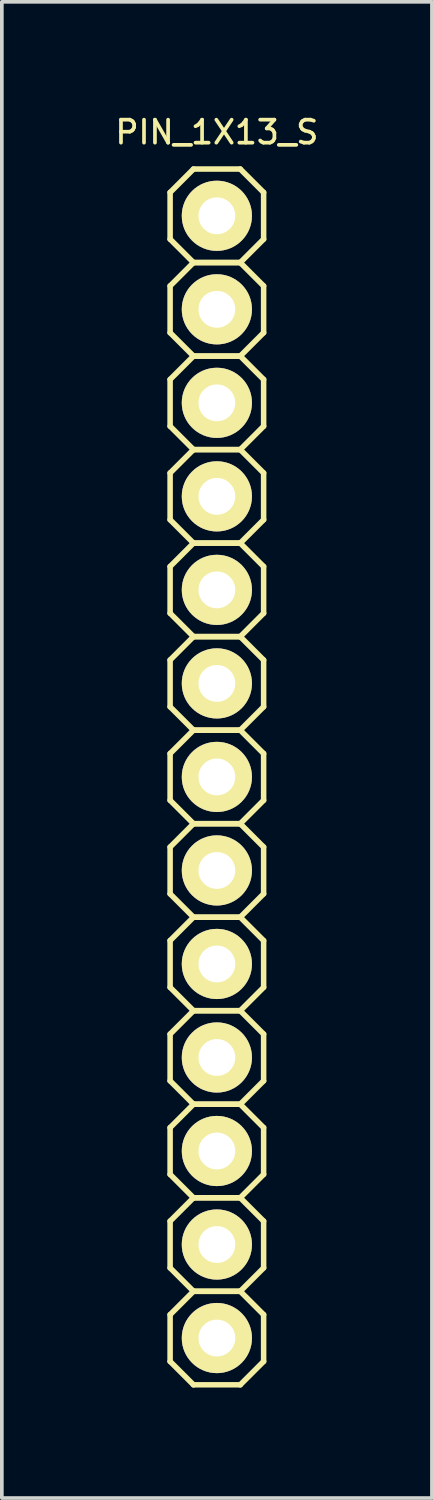
<source format=kicad_pcb>
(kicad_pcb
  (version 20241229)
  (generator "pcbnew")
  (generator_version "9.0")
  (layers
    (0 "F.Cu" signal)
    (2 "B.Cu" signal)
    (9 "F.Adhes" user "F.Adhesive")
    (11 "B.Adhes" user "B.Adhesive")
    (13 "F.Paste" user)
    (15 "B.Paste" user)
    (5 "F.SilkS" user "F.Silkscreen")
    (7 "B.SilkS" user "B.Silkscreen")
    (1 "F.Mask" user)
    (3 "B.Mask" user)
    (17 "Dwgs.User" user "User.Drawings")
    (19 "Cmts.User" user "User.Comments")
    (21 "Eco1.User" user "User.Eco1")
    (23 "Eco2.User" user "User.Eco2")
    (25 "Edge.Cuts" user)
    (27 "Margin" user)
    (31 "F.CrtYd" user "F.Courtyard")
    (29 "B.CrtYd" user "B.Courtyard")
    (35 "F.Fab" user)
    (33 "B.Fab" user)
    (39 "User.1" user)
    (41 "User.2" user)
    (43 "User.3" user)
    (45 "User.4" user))
  (footprint "PIN_1X13_S"
    (layer "F.Cu")
    (at 2.84 18.051)
    (property "Reference" "PIN_1X13_S" (at 0 -17.51 0) (layer "F.SilkS") (effects (font (size 0.625 0.625) (thickness 0.1))))
    (attr through_hole)
    (fp_line (start -1.27 -15.875) (end -1.27 -14.605) (stroke (width 0.15) (type solid)) (layer "F.SilkS"))
    (fp_line (start -1.27 -14.605) (end -0.635 -13.97) (stroke (width 0.15) (type solid)) (layer "F.SilkS"))
    (fp_line (start -1.27 -13.335) (end -1.27 -12.065) (stroke (width 0.15) (type solid)) (layer "F.SilkS"))
    (fp_line (start -1.27 -12.065) (end -0.635 -11.43) (stroke (width 0.15) (type solid)) (layer "F.SilkS"))
    (fp_line (start -1.27 -10.795) (end -1.27 -9.525) (stroke (width 0.15) (type solid)) (layer "F.SilkS"))
    (fp_line (start -1.27 -9.525) (end -0.635 -8.89) (stroke (width 0.15) (type solid)) (layer "F.SilkS"))
    (fp_line (start -1.27 -8.255) (end -1.27 -6.985) (stroke (width 0.15) (type solid)) (layer "F.SilkS"))
    (fp_line (start -1.27 -6.985) (end -0.635 -6.35) (stroke (width 0.15) (type solid)) (layer "F.SilkS"))
    (fp_line (start -1.27 -5.715) (end -1.27 -4.445) (stroke (width 0.15) (type solid)) (layer "F.SilkS"))
    (fp_line (start -1.27 -4.445) (end -0.635 -3.81) (stroke (width 0.15) (type solid)) (layer "F.SilkS"))
    (fp_line (start -1.27 -3.175) (end -1.27 -1.905) (stroke (width 0.15) (type solid)) (layer "F.SilkS"))
    (fp_line (start -1.27 -1.905) (end -0.635 -1.27) (stroke (width 0.15) (type solid)) (layer "F.SilkS"))
    (fp_line (start -1.27 -0.635) (end -1.27 0.635) (stroke (width 0.15) (type solid)) (layer "F.SilkS"))
    (fp_line (start -1.27 0.635) (end -0.635 1.27) (stroke (width 0.15) (type solid)) (layer "F.SilkS"))
    (fp_line (start -1.27 1.905) (end -1.27 3.175) (stroke (width 0.15) (type solid)) (layer "F.SilkS"))
    (fp_line (start -1.27 3.175) (end -0.635 3.81) (stroke (width 0.15) (type solid)) (layer "F.SilkS"))
    (fp_line (start -1.27 4.445) (end -1.27 5.715) (stroke (width 0.15) (type solid)) (layer "F.SilkS"))
    (fp_line (start -1.27 5.715) (end -0.635 6.35) (stroke (width 0.15) (type solid)) (layer "F.SilkS"))
    (fp_line (start -1.27 6.985) (end -1.27 8.255) (stroke (width 0.15) (type solid)) (layer "F.SilkS"))
    (fp_line (start -1.27 8.255) (end -0.635 8.89) (stroke (width 0.15) (type solid)) (layer "F.SilkS"))
    (fp_line (start -1.27 9.525) (end -1.27 10.795) (stroke (width 0.15) (type solid)) (layer "F.SilkS"))
    (fp_line (start -1.27 10.795) (end -0.635 11.43) (stroke (width 0.15) (type solid)) (layer "F.SilkS"))
    (fp_line (start -1.27 12.065) (end -1.27 13.335) (stroke (width 0.15) (type solid)) (layer "F.SilkS"))
    (fp_line (start -1.27 13.335) (end -0.635 13.97) (stroke (width 0.15) (type solid)) (layer "F.SilkS"))
    (fp_line (start -1.27 14.605) (end -1.27 15.875) (stroke (width 0.15) (type solid)) (layer "F.SilkS"))
    (fp_line (start -1.27 15.875) (end -0.635 16.51) (stroke (width 0.15) (type solid)) (layer "F.SilkS"))
    (fp_line (start -0.635 -16.51) (end -1.27 -15.875) (stroke (width 0.15) (type solid)) (layer "F.SilkS"))
    (fp_line (start -0.635 -13.97) (end -1.27 -13.335) (stroke (width 0.15) (type solid)) (layer "F.SilkS"))
    (fp_line (start -0.635 -13.97) (end 0.635 -13.97) (stroke (width 0.15) (type solid)) (layer "F.SilkS"))
    (fp_line (start -0.635 -11.43) (end -1.27 -10.795) (stroke (width 0.15) (type solid)) (layer "F.SilkS"))
    (fp_line (start -0.635 -11.43) (end 0.635 -11.43) (stroke (width 0.15) (type solid)) (layer "F.SilkS"))
    (fp_line (start -0.635 -8.89) (end -1.27 -8.255) (stroke (width 0.15) (type solid)) (layer "F.SilkS"))
    (fp_line (start -0.635 -8.89) (end 0.635 -8.89) (stroke (width 0.15) (type solid)) (layer "F.SilkS"))
    (fp_line (start -0.635 -6.35) (end -1.27 -5.715) (stroke (width 0.15) (type solid)) (layer "F.SilkS"))
    (fp_line (start -0.635 -6.35) (end 0.635 -6.35) (stroke (width 0.15) (type solid)) (layer "F.SilkS"))
    (fp_line (start -0.635 -3.81) (end -1.27 -3.175) (stroke (width 0.15) (type solid)) (layer "F.SilkS"))
    (fp_line (start -0.635 -3.81) (end 0.635 -3.81) (stroke (width 0.15) (type solid)) (layer "F.SilkS"))
    (fp_line (start -0.635 -1.27) (end -1.27 -0.635) (stroke (width 0.15) (type solid)) (layer "F.SilkS"))
    (fp_line (start -0.635 -1.27) (end 0.635 -1.27) (stroke (width 0.15) (type solid)) (layer "F.SilkS"))
    (fp_line (start -0.635 1.27) (end -1.27 1.905) (stroke (width 0.15) (type solid)) (layer "F.SilkS"))
    (fp_line (start -0.635 1.27) (end 0.635 1.27) (stroke (width 0.15) (type solid)) (layer "F.SilkS"))
    (fp_line (start -0.635 3.81) (end -1.27 4.445) (stroke (width 0.15) (type solid)) (layer "F.SilkS"))
    (fp_line (start -0.635 3.81) (end 0.635 3.81) (stroke (width 0.15) (type solid)) (layer "F.SilkS"))
    (fp_line (start -0.635 6.35) (end -1.27 6.985) (stroke (width 0.15) (type solid)) (layer "F.SilkS"))
    (fp_line (start -0.635 6.35) (end 0.635 6.35) (stroke (width 0.15) (type solid)) (layer "F.SilkS"))
    (fp_line (start -0.635 8.89) (end -1.27 9.525) (stroke (width 0.15) (type solid)) (layer "F.SilkS"))
    (fp_line (start -0.635 8.89) (end 0.635 8.89) (stroke (width 0.15) (type solid)) (layer "F.SilkS"))
    (fp_line (start -0.635 11.43) (end -1.27 12.065) (stroke (width 0.15) (type solid)) (layer "F.SilkS"))
    (fp_line (start -0.635 11.43) (end 0.635 11.43) (stroke (width 0.15) (type solid)) (layer "F.SilkS"))
    (fp_line (start -0.635 13.97) (end -1.27 14.605) (stroke (width 0.15) (type solid)) (layer "F.SilkS"))
    (fp_line (start -0.635 13.97) (end 0.635 13.97) (stroke (width 0.15) (type solid)) (layer "F.SilkS"))
    (fp_line (start -0.635 16.51) (end 0.635 16.51) (stroke (width 0.15) (type solid)) (layer "F.SilkS"))
    (fp_line (start 0.635 -16.51) (end -0.635 -16.51) (stroke (width 0.15) (type solid)) (layer "F.SilkS"))
    (fp_line (start 0.635 -13.97) (end -0.635 -13.97) (stroke (width 0.15) (type solid)) (layer "F.SilkS"))
    (fp_line (start 0.635 -13.97) (end 1.27 -14.605) (stroke (width 0.15) (type solid)) (layer "F.SilkS"))
    (fp_line (start 0.635 -11.43) (end -0.635 -11.43) (stroke (width 0.15) (type solid)) (layer "F.SilkS"))
    (fp_line (start 0.635 -11.43) (end 1.27 -12.065) (stroke (width 0.15) (type solid)) (layer "F.SilkS"))
    (fp_line (start 0.635 -8.89) (end -0.635 -8.89) (stroke (width 0.15) (type solid)) (layer "F.SilkS"))
    (fp_line (start 0.635 -8.89) (end 1.27 -9.525) (stroke (width 0.15) (type solid)) (layer "F.SilkS"))
    (fp_line (start 0.635 -6.35) (end -0.635 -6.35) (stroke (width 0.15) (type solid)) (layer "F.SilkS"))
    (fp_line (start 0.635 -6.35) (end 1.27 -6.985) (stroke (width 0.15) (type solid)) (layer "F.SilkS"))
    (fp_line (start 0.635 -3.81) (end -0.635 -3.81) (stroke (width 0.15) (type solid)) (layer "F.SilkS"))
    (fp_line (start 0.635 -3.81) (end 1.27 -4.445) (stroke (width 0.15) (type solid)) (layer "F.SilkS"))
    (fp_line (start 0.635 -1.27) (end -0.635 -1.27) (stroke (width 0.15) (type solid)) (layer "F.SilkS"))
    (fp_line (start 0.635 -1.27) (end 1.27 -1.905) (stroke (width 0.15) (type solid)) (layer "F.SilkS"))
    (fp_line (start 0.635 1.27) (end -0.635 1.27) (stroke (width 0.15) (type solid)) (layer "F.SilkS"))
    (fp_line (start 0.635 1.27) (end 1.27 0.635) (stroke (width 0.15) (type solid)) (layer "F.SilkS"))
    (fp_line (start 0.635 3.81) (end -0.635 3.81) (stroke (width 0.15) (type solid)) (layer "F.SilkS"))
    (fp_line (start 0.635 3.81) (end 1.27 3.175) (stroke (width 0.15) (type solid)) (layer "F.SilkS"))
    (fp_line (start 0.635 6.35) (end -0.635 6.35) (stroke (width 0.15) (type solid)) (layer "F.SilkS"))
    (fp_line (start 0.635 6.35) (end 1.27 5.715) (stroke (width 0.15) (type solid)) (layer "F.SilkS"))
    (fp_line (start 0.635 8.89) (end -0.635 8.89) (stroke (width 0.15) (type solid)) (layer "F.SilkS"))
    (fp_line (start 0.635 8.89) (end 1.27 8.255) (stroke (width 0.15) (type solid)) (layer "F.SilkS"))
    (fp_line (start 0.635 11.43) (end -0.635 11.43) (stroke (width 0.15) (type solid)) (layer "F.SilkS"))
    (fp_line (start 0.635 11.43) (end 1.27 10.795) (stroke (width 0.15) (type solid)) (layer "F.SilkS"))
    (fp_line (start 0.635 13.97) (end -0.635 13.97) (stroke (width 0.15) (type solid)) (layer "F.SilkS"))
    (fp_line (start 0.635 13.97) (end 1.27 13.335) (stroke (width 0.15) (type solid)) (layer "F.SilkS"))
    (fp_line (start 0.635 16.51) (end 1.27 15.875) (stroke (width 0.15) (type solid)) (layer "F.SilkS"))
    (fp_line (start 1.27 -15.875) (end 0.635 -16.51) (stroke (width 0.15) (type solid)) (layer "F.SilkS"))
    (fp_line (start 1.27 -14.605) (end 1.27 -15.875) (stroke (width 0.15) (type solid)) (layer "F.SilkS"))
    (fp_line (start 1.27 -13.335) (end 0.635 -13.97) (stroke (width 0.15) (type solid)) (layer "F.SilkS"))
    (fp_line (start 1.27 -12.065) (end 1.27 -13.335) (stroke (width 0.15) (type solid)) (layer "F.SilkS"))
    (fp_line (start 1.27 -10.795) (end 0.635 -11.43) (stroke (width 0.15) (type solid)) (layer "F.SilkS"))
    (fp_line (start 1.27 -9.525) (end 1.27 -10.795) (stroke (width 0.15) (type solid)) (layer "F.SilkS"))
    (fp_line (start 1.27 -8.255) (end 0.635 -8.89) (stroke (width 0.15) (type solid)) (layer "F.SilkS"))
    (fp_line (start 1.27 -6.985) (end 1.27 -8.255) (stroke (width 0.15) (type solid)) (layer "F.SilkS"))
    (fp_line (start 1.27 -5.715) (end 0.635 -6.35) (stroke (width 0.15) (type solid)) (layer "F.SilkS"))
    (fp_line (start 1.27 -4.445) (end 1.27 -5.715) (stroke (width 0.15) (type solid)) (layer "F.SilkS"))
    (fp_line (start 1.27 -3.175) (end 0.635 -3.81) (stroke (width 0.15) (type solid)) (layer "F.SilkS"))
    (fp_line (start 1.27 -1.905) (end 1.27 -3.175) (stroke (width 0.15) (type solid)) (layer "F.SilkS"))
    (fp_line (start 1.27 -0.635) (end 0.635 -1.27) (stroke (width 0.15) (type solid)) (layer "F.SilkS"))
    (fp_line (start 1.27 0.635) (end 1.27 -0.635) (stroke (width 0.15) (type solid)) (layer "F.SilkS"))
    (fp_line (start 1.27 1.905) (end 0.635 1.27) (stroke (width 0.15) (type solid)) (layer "F.SilkS"))
    (fp_line (start 1.27 3.175) (end 1.27 1.905) (stroke (width 0.15) (type solid)) (layer "F.SilkS"))
    (fp_line (start 1.27 4.445) (end 0.635 3.81) (stroke (width 0.15) (type solid)) (layer "F.SilkS"))
    (fp_line (start 1.27 5.715) (end 1.27 4.445) (stroke (width 0.15) (type solid)) (layer "F.SilkS"))
    (fp_line (start 1.27 6.985) (end 0.635 6.35) (stroke (width 0.15) (type solid)) (layer "F.SilkS"))
    (fp_line (start 1.27 8.255) (end 1.27 6.985) (stroke (width 0.15) (type solid)) (layer "F.SilkS"))
    (fp_line (start 1.27 9.525) (end 0.635 8.89) (stroke (width 0.15) (type solid)) (layer "F.SilkS"))
    (fp_line (start 1.27 10.795) (end 1.27 9.525) (stroke (width 0.15) (type solid)) (layer "F.SilkS"))
    (fp_line (start 1.27 12.065) (end 0.635 11.43) (stroke (width 0.15) (type solid)) (layer "F.SilkS"))
    (fp_line (start 1.27 13.335) (end 1.27 12.065) (stroke (width 0.15) (type solid)) (layer "F.SilkS"))
    (fp_line (start 1.27 14.605) (end 0.635 13.97) (stroke (width 0.15) (type solid)) (layer "F.SilkS"))
    (fp_line (start 1.27 15.875) (end 1.27 14.605) (stroke (width 0.15) (type solid)) (layer "F.SilkS"))
    (pad "1" thru_hole circle (at 0 -15.24) (size 1.906 1.906) (drill 1) (layers "*.Cu" "*.Mask" "F.SilkS"))
    (pad "2" thru_hole circle (at 0 -12.7) (size 1.906 1.906) (drill 1) (layers "*.Cu" "*.Mask" "F.SilkS"))
    (pad "3" thru_hole circle (at 0 -10.16) (size 1.906 1.906) (drill 1) (layers "*.Cu" "*.Mask" "F.SilkS"))
    (pad "4" thru_hole circle (at 0 -7.62) (size 1.906 1.906) (drill 1) (layers "*.Cu" "*.Mask" "F.SilkS"))
    (pad "5" thru_hole circle (at 0 -5.08) (size 1.906 1.906) (drill 1) (layers "*.Cu" "*.Mask" "F.SilkS"))
    (pad "6" thru_hole circle (at 0 -2.54) (size 1.906 1.906) (drill 1) (layers "*.Cu" "*.Mask" "F.SilkS"))
    (pad "7" thru_hole circle (at 0 0) (size 1.906 1.906) (drill 1) (layers "*.Cu" "*.Mask" "F.SilkS"))
    (pad "8" thru_hole circle (at 0 2.54) (size 1.906 1.906) (drill 1) (layers "*.Cu" "*.Mask" "F.SilkS"))
    (pad "9" thru_hole circle (at 0 5.08) (size 1.906 1.906) (drill 1) (layers "*.Cu" "*.Mask" "F.SilkS"))
    (pad "10" thru_hole circle (at 0 7.62) (size 1.906 1.906) (drill 1) (layers "*.Cu" "*.Mask" "F.SilkS"))
    (pad "11" thru_hole circle (at 0 10.16) (size 1.906 1.906) (drill 1) (layers "*.Cu" "*.Mask" "F.SilkS"))
    (pad "12" thru_hole circle (at 0 12.7) (size 1.906 1.906) (drill 1) (layers "*.Cu" "*.Mask" "F.SilkS"))
    (pad "13" thru_hole circle (at 0 15.24) (size 1.906 1.906) (drill 1) (layers "*.Cu" "*.Mask" "F.SilkS")))
  (gr_rect
    (start -3 -3)
    (end 8.681 37.636)
    (stroke (width 0.1) (type default))
    (fill no)
    (layer "Edge.Cuts")))
</source>
